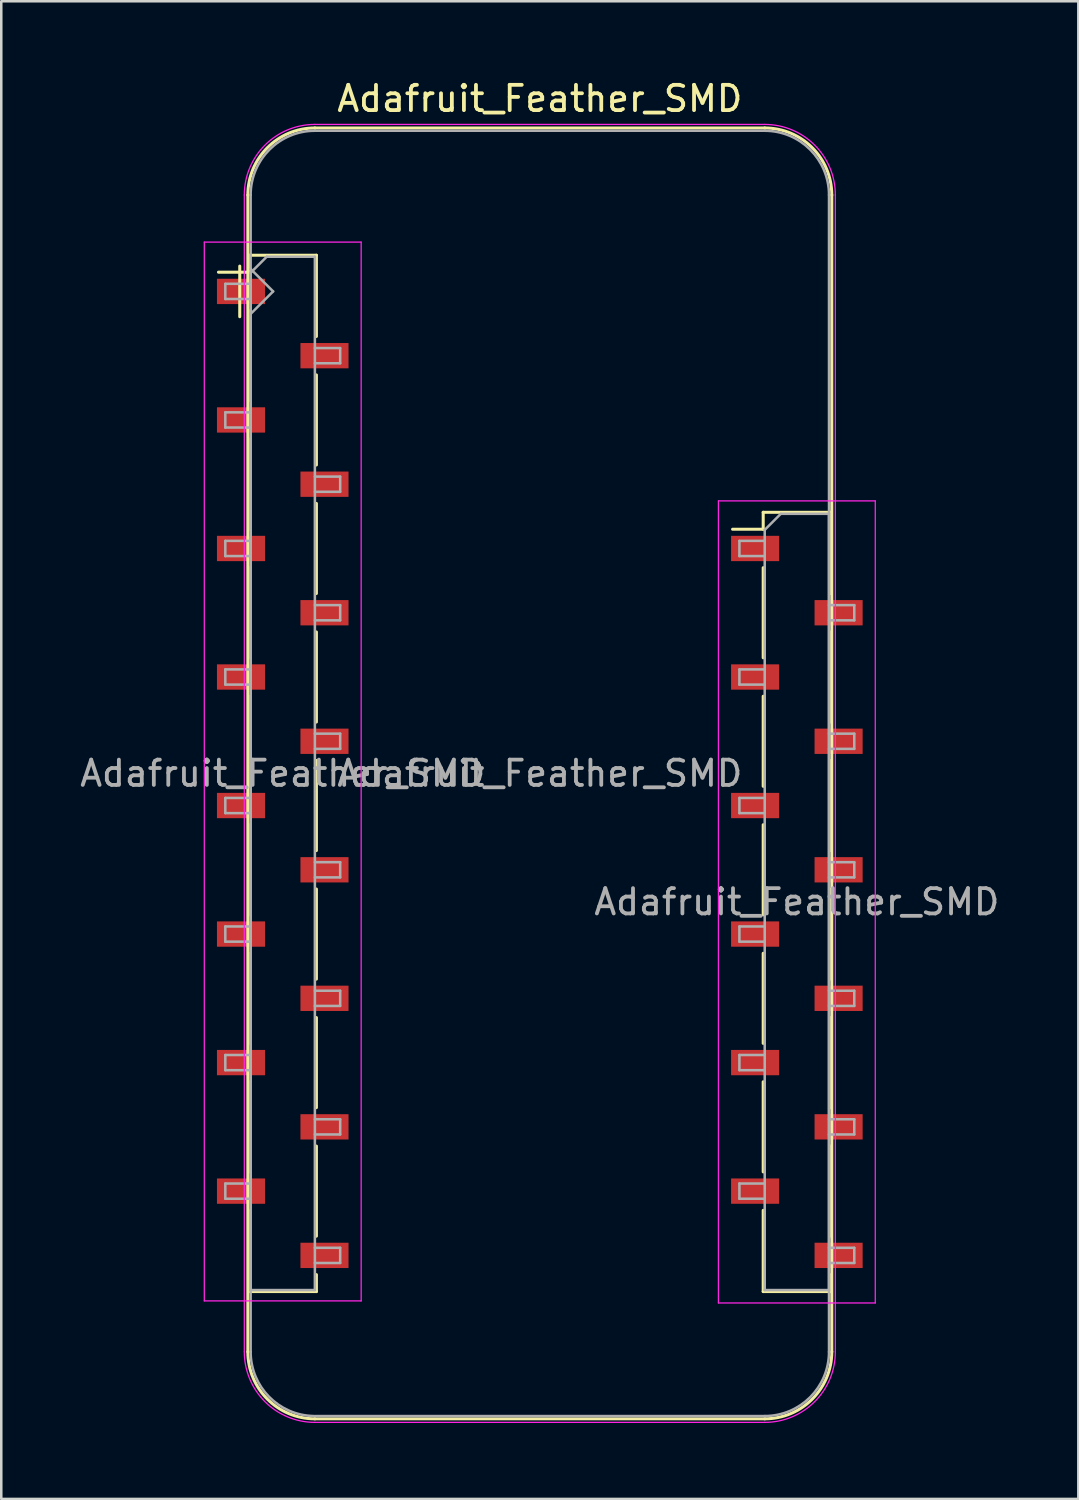
<source format=kicad_pcb>
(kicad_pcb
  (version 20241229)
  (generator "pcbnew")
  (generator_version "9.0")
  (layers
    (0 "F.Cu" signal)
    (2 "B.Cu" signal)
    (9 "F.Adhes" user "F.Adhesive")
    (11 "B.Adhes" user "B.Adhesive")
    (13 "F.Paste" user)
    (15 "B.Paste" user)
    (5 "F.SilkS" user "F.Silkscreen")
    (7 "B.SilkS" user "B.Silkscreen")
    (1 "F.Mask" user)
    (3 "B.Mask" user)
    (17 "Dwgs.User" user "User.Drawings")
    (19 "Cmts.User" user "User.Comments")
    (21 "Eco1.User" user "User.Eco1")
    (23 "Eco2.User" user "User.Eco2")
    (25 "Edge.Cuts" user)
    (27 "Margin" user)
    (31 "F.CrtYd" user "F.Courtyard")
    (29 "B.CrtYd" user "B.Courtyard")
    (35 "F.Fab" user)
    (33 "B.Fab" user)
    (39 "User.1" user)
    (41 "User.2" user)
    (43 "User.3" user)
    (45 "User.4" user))
  (footprint "Adafruit_Feather_SMD"
    (layer "F.Cu")
    (at 8.126 8.468)
    (property "Reference" "Adafruit_Feather_SMD" (at 10.16 -7.62 0) (layer "F.SilkS") (effects (font (size 1 1) (thickness 0.15))))
    (attr smd)
    (fp_line (start -2.541 -0.76) (end -1.331 -0.76) (stroke (width 0.12) (type solid)) (layer "F.SilkS"))
    (fp_line (start -1.7 1) (end -1.7 -1) (stroke (width 0.12) (type solid)) (layer "F.SilkS"))
    (fp_line (start -1.38 -3.81) (end -1.38 41.91) (stroke (width 0.12) (type solid)) (layer "F.SilkS"))
    (fp_line (start -1.331 -1.43) (end -1.331 -0.76) (stroke (width 0.12) (type solid)) (layer "F.SilkS"))
    (fp_line (start -1.331 -1.43) (end 1.329 -1.43) (stroke (width 0.12) (type solid)) (layer "F.SilkS"))
    (fp_line (start -1.331 0.76) (end -1.331 4.32) (stroke (width 0.12) (type solid)) (layer "F.SilkS"))
    (fp_line (start -1.331 5.84) (end -1.331 9.4) (stroke (width 0.12) (type solid)) (layer "F.SilkS"))
    (fp_line (start -1.331 10.92) (end -1.331 14.48) (stroke (width 0.12) (type solid)) (layer "F.SilkS"))
    (fp_line (start -1.331 16) (end -1.331 19.56) (stroke (width 0.12) (type solid)) (layer "F.SilkS"))
    (fp_line (start -1.331 21.08) (end -1.331 24.64) (stroke (width 0.12) (type solid)) (layer "F.SilkS"))
    (fp_line (start -1.331 26.16) (end -1.331 29.72) (stroke (width 0.12) (type solid)) (layer "F.SilkS"))
    (fp_line (start -1.331 31.24) (end -1.331 34.8) (stroke (width 0.12) (type solid)) (layer "F.SilkS"))
    (fp_line (start -1.331 36.32) (end -1.331 39.53) (stroke (width 0.12) (type solid)) (layer "F.SilkS"))
    (fp_line (start -1.331 39.53) (end 1.329 39.53) (stroke (width 0.12) (type solid)) (layer "F.SilkS"))
    (fp_line (start 1.329 -1.43) (end 1.329 1.78) (stroke (width 0.12) (type solid)) (layer "F.SilkS"))
    (fp_line (start 1.329 3.3) (end 1.329 6.86) (stroke (width 0.12) (type solid)) (layer "F.SilkS"))
    (fp_line (start 1.329 8.38) (end 1.329 11.94) (stroke (width 0.12) (type solid)) (layer "F.SilkS"))
    (fp_line (start 1.329 13.46) (end 1.329 17.02) (stroke (width 0.12) (type solid)) (layer "F.SilkS"))
    (fp_line (start 1.329 18.54) (end 1.329 22.1) (stroke (width 0.12) (type solid)) (layer "F.SilkS"))
    (fp_line (start 1.329 23.62) (end 1.329 27.18) (stroke (width 0.12) (type solid)) (layer "F.SilkS"))
    (fp_line (start 1.329 28.7) (end 1.329 32.26) (stroke (width 0.12) (type solid)) (layer "F.SilkS"))
    (fp_line (start 1.329 33.78) (end 1.329 37.34) (stroke (width 0.12) (type solid)) (layer "F.SilkS"))
    (fp_line (start 1.329 38.86) (end 1.329 39.53) (stroke (width 0.12) (type solid)) (layer "F.SilkS"))
    (fp_line (start 17.779 9.4) (end 18.989 9.4) (stroke (width 0.12) (type solid)) (layer "F.SilkS"))
    (fp_line (start 18.989 8.73) (end 18.989 9.4) (stroke (width 0.12) (type solid)) (layer "F.SilkS"))
    (fp_line (start 18.989 8.73) (end 21.649 8.73) (stroke (width 0.12) (type solid)) (layer "F.SilkS"))
    (fp_line (start 18.989 10.92) (end 18.989 14.48) (stroke (width 0.12) (type solid)) (layer "F.SilkS"))
    (fp_line (start 18.989 16) (end 18.989 19.56) (stroke (width 0.12) (type solid)) (layer "F.SilkS"))
    (fp_line (start 18.989 21.08) (end 18.989 24.64) (stroke (width 0.12) (type solid)) (layer "F.SilkS"))
    (fp_line (start 18.989 26.16) (end 18.989 29.72) (stroke (width 0.12) (type solid)) (layer "F.SilkS"))
    (fp_line (start 18.989 31.24) (end 18.989 34.8) (stroke (width 0.12) (type solid)) (layer "F.SilkS"))
    (fp_line (start 18.989 36.32) (end 18.989 39.53) (stroke (width 0.12) (type solid)) (layer "F.SilkS"))
    (fp_line (start 18.989 39.53) (end 21.649 39.53) (stroke (width 0.12) (type solid)) (layer "F.SilkS"))
    (fp_line (start 19.05 -6.46) (end 1.27 -6.46) (stroke (width 0.12) (type solid)) (layer "F.SilkS"))
    (fp_line (start 19.05 44.56) (end 1.27 44.56) (stroke (width 0.12) (type solid)) (layer "F.SilkS"))
    (fp_line (start 21.649 8.73) (end 21.649 11.94) (stroke (width 0.12) (type solid)) (layer "F.SilkS"))
    (fp_line (start 21.649 13.46) (end 21.649 17.02) (stroke (width 0.12) (type solid)) (layer "F.SilkS"))
    (fp_line (start 21.649 18.54) (end 21.649 22.1) (stroke (width 0.12) (type solid)) (layer "F.SilkS"))
    (fp_line (start 21.649 23.62) (end 21.649 27.18) (stroke (width 0.12) (type solid)) (layer "F.SilkS"))
    (fp_line (start 21.649 28.7) (end 21.649 32.26) (stroke (width 0.12) (type solid)) (layer "F.SilkS"))
    (fp_line (start 21.649 33.78) (end 21.649 37.34) (stroke (width 0.12) (type solid)) (layer "F.SilkS"))
    (fp_line (start 21.649 38.86) (end 21.649 39.53) (stroke (width 0.12) (type solid)) (layer "F.SilkS"))
    (fp_line (start 21.7 -3.81) (end 21.7 41.91) (stroke (width 0.12) (type solid)) (layer "F.SilkS"))
    (fp_arc (start -1.38 -3.81) (mid -0.603833 -5.683833) (end 1.27 -6.46) (stroke (width 0.12) (type solid)) (layer "F.SilkS"))
    (fp_arc (start 1.27 44.56) (mid -0.603833 43.783833) (end -1.38 41.91) (stroke (width 0.12) (type solid)) (layer "F.SilkS"))
    (fp_arc (start 19.05 -6.46) (mid 20.923833 -5.683833) (end 21.7 -3.81) (stroke (width 0.12) (type solid)) (layer "F.SilkS"))
    (fp_arc (start 21.7 41.91) (mid 20.923833 43.783833) (end 19.05 44.56) (stroke (width 0.12) (type solid)) (layer "F.SilkS"))
    (fp_line (start -3.101 -1.95) (end 3.099 -1.95) (stroke (width 0.05) (type solid)) (layer "F.CrtYd"))
    (fp_line (start -3.101 39.9) (end -3.101 -1.95) (stroke (width 0.05) (type solid)) (layer "F.CrtYd"))
    (fp_line (start -1.52 41.91) (end -1.52 -3.81) (stroke (width 0.05) (type solid)) (layer "F.CrtYd"))
    (fp_line (start 3.099 -1.95) (end 3.099 39.9) (stroke (width 0.05) (type solid)) (layer "F.CrtYd"))
    (fp_line (start 3.099 39.9) (end -3.101 39.9) (stroke (width 0.05) (type solid)) (layer "F.CrtYd"))
    (fp_line (start 17.219 8.28) (end 23.419 8.28) (stroke (width 0.05) (type solid)) (layer "F.CrtYd"))
    (fp_line (start 17.219 39.98) (end 17.219 8.28) (stroke (width 0.05) (type solid)) (layer "F.CrtYd"))
    (fp_line (start 19.05 -6.6) (end 1.27 -6.6) (stroke (width 0.05) (type solid)) (layer "F.CrtYd"))
    (fp_line (start 19.05 44.7) (end 1.27 44.7) (stroke (width 0.05) (type solid)) (layer "F.CrtYd"))
    (fp_line (start 21.84 41.91) (end 21.84 -3.81) (stroke (width 0.05) (type solid)) (layer "F.CrtYd"))
    (fp_line (start 23.419 8.28) (end 23.419 39.98) (stroke (width 0.05) (type solid)) (layer "F.CrtYd"))
    (fp_line (start 23.419 39.98) (end 17.219 39.98) (stroke (width 0.05) (type solid)) (layer "F.CrtYd"))
    (fp_arc (start -1.52 -3.81) (mid -0.702828 -5.782828) (end 1.27 -6.6) (stroke (width 0.05) (type solid)) (layer "F.CrtYd"))
    (fp_arc (start 1.27 44.7) (mid -0.702828 43.882828) (end -1.52 41.91) (stroke (width 0.05) (type solid)) (layer "F.CrtYd"))
    (fp_arc (start 19.05 -6.6) (mid 21.022828 -5.782828) (end 21.84 -3.81) (stroke (width 0.05) (type solid)) (layer "F.CrtYd"))
    (fp_arc (start 21.84 41.91) (mid 21.022828 43.882828) (end 19.05 44.7) (stroke (width 0.05) (type solid)) (layer "F.CrtYd"))
    (fp_line (start -2.271 -0.3) (end -1.271 -0.3) (stroke (width 0.1) (type solid)) (layer "F.Fab"))
    (fp_line (start -2.271 0.3) (end -2.271 -0.3) (stroke (width 0.1) (type solid)) (layer "F.Fab"))
    (fp_line (start -2.271 4.78) (end -1.271 4.78) (stroke (width 0.1) (type solid)) (layer "F.Fab"))
    (fp_line (start -2.271 5.38) (end -2.271 4.78) (stroke (width 0.1) (type solid)) (layer "F.Fab"))
    (fp_line (start -2.271 9.86) (end -1.271 9.86) (stroke (width 0.1) (type solid)) (layer "F.Fab"))
    (fp_line (start -2.271 10.46) (end -2.271 9.86) (stroke (width 0.1) (type solid)) (layer "F.Fab"))
    (fp_line (start -2.271 14.94) (end -1.271 14.94) (stroke (width 0.1) (type solid)) (layer "F.Fab"))
    (fp_line (start -2.271 15.54) (end -2.271 14.94) (stroke (width 0.1) (type solid)) (layer "F.Fab"))
    (fp_line (start -2.271 20.02) (end -1.271 20.02) (stroke (width 0.1) (type solid)) (layer "F.Fab"))
    (fp_line (start -2.271 20.62) (end -2.271 20.02) (stroke (width 0.1) (type solid)) (layer "F.Fab"))
    (fp_line (start -2.271 25.1) (end -1.271 25.1) (stroke (width 0.1) (type solid)) (layer "F.Fab"))
    (fp_line (start -2.271 25.7) (end -2.271 25.1) (stroke (width 0.1) (type solid)) (layer "F.Fab"))
    (fp_line (start -2.271 30.18) (end -1.271 30.18) (stroke (width 0.1) (type solid)) (layer "F.Fab"))
    (fp_line (start -2.271 30.78) (end -2.271 30.18) (stroke (width 0.1) (type solid)) (layer "F.Fab"))
    (fp_line (start -2.271 35.26) (end -1.271 35.26) (stroke (width 0.1) (type solid)) (layer "F.Fab"))
    (fp_line (start -2.271 35.86) (end -2.271 35.26) (stroke (width 0.1) (type solid)) (layer "F.Fab"))
    (fp_line (start -1.271 -0.735) (end -0.636 -1.37) (stroke (width 0.1) (type solid)) (layer "F.Fab"))
    (fp_line (start -1.271 0.3) (end -2.271 0.3) (stroke (width 0.1) (type solid)) (layer "F.Fab"))
    (fp_line (start -1.271 5.38) (end -2.271 5.38) (stroke (width 0.1) (type solid)) (layer "F.Fab"))
    (fp_line (start -1.271 10.46) (end -2.271 10.46) (stroke (width 0.1) (type solid)) (layer "F.Fab"))
    (fp_line (start -1.271 15.54) (end -2.271 15.54) (stroke (width 0.1) (type solid)) (layer "F.Fab"))
    (fp_line (start -1.271 20.62) (end -2.271 20.62) (stroke (width 0.1) (type solid)) (layer "F.Fab"))
    (fp_line (start -1.271 25.7) (end -2.271 25.7) (stroke (width 0.1) (type solid)) (layer "F.Fab"))
    (fp_line (start -1.271 30.78) (end -2.271 30.78) (stroke (width 0.1) (type solid)) (layer "F.Fab"))
    (fp_line (start -1.271 35.86) (end -2.271 35.86) (stroke (width 0.1) (type solid)) (layer "F.Fab"))
    (fp_line (start -1.271 39.47) (end -1.271 -0.735) (stroke (width 0.1) (type solid)) (layer "F.Fab"))
    (fp_line (start -1.27 -3.81) (end -1.27 41.91) (stroke (width 0.1) (type solid)) (layer "F.Fab"))
    (fp_line (start -1.27 -0.889) (end -0.381 0) (stroke (width 0.1) (type solid)) (layer "F.Fab"))
    (fp_line (start -0.636 -1.37) (end 1.269 -1.37) (stroke (width 0.1) (type solid)) (layer "F.Fab"))
    (fp_line (start -0.381 0) (end -1.27 0.889) (stroke (width 0.1) (type solid)) (layer "F.Fab"))
    (fp_line (start 1.269 -1.37) (end 1.269 39.47) (stroke (width 0.1) (type solid)) (layer "F.Fab"))
    (fp_line (start 1.269 2.24) (end 2.269 2.24) (stroke (width 0.1) (type solid)) (layer "F.Fab"))
    (fp_line (start 1.269 7.32) (end 2.269 7.32) (stroke (width 0.1) (type solid)) (layer "F.Fab"))
    (fp_line (start 1.269 12.4) (end 2.269 12.4) (stroke (width 0.1) (type solid)) (layer "F.Fab"))
    (fp_line (start 1.269 17.48) (end 2.269 17.48) (stroke (width 0.1) (type solid)) (layer "F.Fab"))
    (fp_line (start 1.269 22.56) (end 2.269 22.56) (stroke (width 0.1) (type solid)) (layer "F.Fab"))
    (fp_line (start 1.269 27.64) (end 2.269 27.64) (stroke (width 0.1) (type solid)) (layer "F.Fab"))
    (fp_line (start 1.269 32.72) (end 2.269 32.72) (stroke (width 0.1) (type solid)) (layer "F.Fab"))
    (fp_line (start 1.269 37.8) (end 2.269 37.8) (stroke (width 0.1) (type solid)) (layer "F.Fab"))
    (fp_line (start 1.269 39.47) (end -1.271 39.47) (stroke (width 0.1) (type solid)) (layer "F.Fab"))
    (fp_line (start 1.27 44.45) (end 19.05 44.45) (stroke (width 0.1) (type solid)) (layer "F.Fab"))
    (fp_line (start 2.269 2.24) (end 2.269 2.84) (stroke (width 0.1) (type solid)) (layer "F.Fab"))
    (fp_line (start 2.269 2.84) (end 1.269 2.84) (stroke (width 0.1) (type solid)) (layer "F.Fab"))
    (fp_line (start 2.269 7.32) (end 2.269 7.92) (stroke (width 0.1) (type solid)) (layer "F.Fab"))
    (fp_line (start 2.269 7.92) (end 1.269 7.92) (stroke (width 0.1) (type solid)) (layer "F.Fab"))
    (fp_line (start 2.269 12.4) (end 2.269 13) (stroke (width 0.1) (type solid)) (layer "F.Fab"))
    (fp_line (start 2.269 13) (end 1.269 13) (stroke (width 0.1) (type solid)) (layer "F.Fab"))
    (fp_line (start 2.269 17.48) (end 2.269 18.08) (stroke (width 0.1) (type solid)) (layer "F.Fab"))
    (fp_line (start 2.269 18.08) (end 1.269 18.08) (stroke (width 0.1) (type solid)) (layer "F.Fab"))
    (fp_line (start 2.269 22.56) (end 2.269 23.16) (stroke (width 0.1) (type solid)) (layer "F.Fab"))
    (fp_line (start 2.269 23.16) (end 1.269 23.16) (stroke (width 0.1) (type solid)) (layer "F.Fab"))
    (fp_line (start 2.269 27.64) (end 2.269 28.24) (stroke (width 0.1) (type solid)) (layer "F.Fab"))
    (fp_line (start 2.269 28.24) (end 1.269 28.24) (stroke (width 0.1) (type solid)) (layer "F.Fab"))
    (fp_line (start 2.269 32.72) (end 2.269 33.32) (stroke (width 0.1) (type solid)) (layer "F.Fab"))
    (fp_line (start 2.269 33.32) (end 1.269 33.32) (stroke (width 0.1) (type solid)) (layer "F.Fab"))
    (fp_line (start 2.269 37.8) (end 2.269 38.4) (stroke (width 0.1) (type solid)) (layer "F.Fab"))
    (fp_line (start 2.269 38.4) (end 1.269 38.4) (stroke (width 0.1) (type solid)) (layer "F.Fab"))
    (fp_line (start 18.049 9.86) (end 19.049 9.86) (stroke (width 0.1) (type solid)) (layer "F.Fab"))
    (fp_line (start 18.049 10.46) (end 18.049 9.86) (stroke (width 0.1) (type solid)) (layer "F.Fab"))
    (fp_line (start 18.049 14.94) (end 19.049 14.94) (stroke (width 0.1) (type solid)) (layer "F.Fab"))
    (fp_line (start 18.049 15.54) (end 18.049 14.94) (stroke (width 0.1) (type solid)) (layer "F.Fab"))
    (fp_line (start 18.049 20.02) (end 19.049 20.02) (stroke (width 0.1) (type solid)) (layer "F.Fab"))
    (fp_line (start 18.049 20.62) (end 18.049 20.02) (stroke (width 0.1) (type solid)) (layer "F.Fab"))
    (fp_line (start 18.049 25.1) (end 19.049 25.1) (stroke (width 0.1) (type solid)) (layer "F.Fab"))
    (fp_line (start 18.049 25.7) (end 18.049 25.1) (stroke (width 0.1) (type solid)) (layer "F.Fab"))
    (fp_line (start 18.049 30.18) (end 19.049 30.18) (stroke (width 0.1) (type solid)) (layer "F.Fab"))
    (fp_line (start 18.049 30.78) (end 18.049 30.18) (stroke (width 0.1) (type solid)) (layer "F.Fab"))
    (fp_line (start 18.049 35.26) (end 19.049 35.26) (stroke (width 0.1) (type solid)) (layer "F.Fab"))
    (fp_line (start 18.049 35.86) (end 18.049 35.26) (stroke (width 0.1) (type solid)) (layer "F.Fab"))
    (fp_line (start 19.049 9.425) (end 19.684 8.79) (stroke (width 0.1) (type solid)) (layer "F.Fab"))
    (fp_line (start 19.049 10.46) (end 18.049 10.46) (stroke (width 0.1) (type solid)) (layer "F.Fab"))
    (fp_line (start 19.049 15.54) (end 18.049 15.54) (stroke (width 0.1) (type solid)) (layer "F.Fab"))
    (fp_line (start 19.049 20.62) (end 18.049 20.62) (stroke (width 0.1) (type solid)) (layer "F.Fab"))
    (fp_line (start 19.049 25.7) (end 18.049 25.7) (stroke (width 0.1) (type solid)) (layer "F.Fab"))
    (fp_line (start 19.049 30.78) (end 18.049 30.78) (stroke (width 0.1) (type solid)) (layer "F.Fab"))
    (fp_line (start 19.049 35.86) (end 18.049 35.86) (stroke (width 0.1) (type solid)) (layer "F.Fab"))
    (fp_line (start 19.049 39.47) (end 19.049 9.425) (stroke (width 0.1) (type solid)) (layer "F.Fab"))
    (fp_line (start 19.05 -6.35) (end 1.27 -6.35) (stroke (width 0.1) (type solid)) (layer "F.Fab"))
    (fp_line (start 19.684 8.79) (end 21.589 8.79) (stroke (width 0.1) (type solid)) (layer "F.Fab"))
    (fp_line (start 21.589 8.79) (end 21.589 39.47) (stroke (width 0.1) (type solid)) (layer "F.Fab"))
    (fp_line (start 21.589 12.4) (end 22.589 12.4) (stroke (width 0.1) (type solid)) (layer "F.Fab"))
    (fp_line (start 21.589 17.48) (end 22.589 17.48) (stroke (width 0.1) (type solid)) (layer "F.Fab"))
    (fp_line (start 21.589 22.56) (end 22.589 22.56) (stroke (width 0.1) (type solid)) (layer "F.Fab"))
    (fp_line (start 21.589 27.64) (end 22.589 27.64) (stroke (width 0.1) (type solid)) (layer "F.Fab"))
    (fp_line (start 21.589 32.72) (end 22.589 32.72) (stroke (width 0.1) (type solid)) (layer "F.Fab"))
    (fp_line (start 21.589 37.8) (end 22.589 37.8) (stroke (width 0.1) (type solid)) (layer "F.Fab"))
    (fp_line (start 21.589 39.47) (end 19.049 39.47) (stroke (width 0.1) (type solid)) (layer "F.Fab"))
    (fp_line (start 21.59 41.91) (end 21.59 -3.81) (stroke (width 0.1) (type solid)) (layer "F.Fab"))
    (fp_line (start 22.589 12.4) (end 22.589 13) (stroke (width 0.1) (type solid)) (layer "F.Fab"))
    (fp_line (start 22.589 13) (end 21.589 13) (stroke (width 0.1) (type solid)) (layer "F.Fab"))
    (fp_line (start 22.589 17.48) (end 22.589 18.08) (stroke (width 0.1) (type solid)) (layer "F.Fab"))
    (fp_line (start 22.589 18.08) (end 21.589 18.08) (stroke (width 0.1) (type solid)) (layer "F.Fab"))
    (fp_line (start 22.589 22.56) (end 22.589 23.16) (stroke (width 0.1) (type solid)) (layer "F.Fab"))
    (fp_line (start 22.589 23.16) (end 21.589 23.16) (stroke (width 0.1) (type solid)) (layer "F.Fab"))
    (fp_line (start 22.589 27.64) (end 22.589 28.24) (stroke (width 0.1) (type solid)) (layer "F.Fab"))
    (fp_line (start 22.589 28.24) (end 21.589 28.24) (stroke (width 0.1) (type solid)) (layer "F.Fab"))
    (fp_line (start 22.589 32.72) (end 22.589 33.32) (stroke (width 0.1) (type solid)) (layer "F.Fab"))
    (fp_line (start 22.589 33.32) (end 21.589 33.32) (stroke (width 0.1) (type solid)) (layer "F.Fab"))
    (fp_line (start 22.589 37.8) (end 22.589 38.4) (stroke (width 0.1) (type solid)) (layer "F.Fab"))
    (fp_line (start 22.589 38.4) (end 21.589 38.4) (stroke (width 0.1) (type solid)) (layer "F.Fab"))
    (fp_arc (start -1.27 -3.81) (mid -0.526051 -5.606051) (end 1.27 -6.35) (stroke (width 0.1) (type solid)) (layer "F.Fab"))
    (fp_arc (start 1.221238 44.449532) (mid -0.543209 43.688728) (end -1.27 41.91) (stroke (width 0.1) (type solid)) (layer "F.Fab"))
    (fp_arc (start 19.05 -6.35) (mid 20.846051 -5.606051) (end 21.59 -3.81) (stroke (width 0.1) (type solid)) (layer "F.Fab"))
    (fp_arc (start 21.59 41.91) (mid 20.846051 43.706051) (end 19.05 44.45) (stroke (width 0.1) (type solid)) (layer "F.Fab"))
    (fp_text user "${REFERENCE}" (at -0.001 19.05 0) (layer "F.Fab") (effects (font (size 1 1) (thickness 0.15))))
    (fp_text user "${REFERENCE}" (at 20.319 24.13 0) (layer "F.Fab") (effects (font (size 1 1) (thickness 0.15))))
    (fp_text user "${REFERENCE}" (at 10.16 19.05 180) (layer "F.Fab") (effects (font (size 1 1) (thickness 0.15))))
    (pad "1" smd rect (at -1.651 0) (size 1.9 1) (layers "F.Cu" "F.Mask" "F.Paste"))
    (pad "2" smd rect (at 1.649 2.54) (size 1.9 1) (layers "F.Cu" "F.Mask" "F.Paste"))
    (pad "3" smd rect (at -1.651 5.08) (size 1.9 1) (layers "F.Cu" "F.Mask" "F.Paste"))
    (pad "4" smd rect (at 1.649 7.62) (size 1.9 1) (layers "F.Cu" "F.Mask" "F.Paste"))
    (pad "5" smd rect (at -1.651 10.16) (size 1.9 1) (layers "F.Cu" "F.Mask" "F.Paste"))
    (pad "6" smd rect (at 1.649 12.7) (size 1.9 1) (layers "F.Cu" "F.Mask" "F.Paste"))
    (pad "7" smd rect (at -1.651 15.24) (size 1.9 1) (layers "F.Cu" "F.Mask" "F.Paste"))
    (pad "8" smd rect (at 1.649 17.78) (size 1.9 1) (layers "F.Cu" "F.Mask" "F.Paste"))
    (pad "9" smd rect (at -1.651 20.32) (size 1.9 1) (layers "F.Cu" "F.Mask" "F.Paste"))
    (pad "10" smd rect (at 1.649 22.86) (size 1.9 1) (layers "F.Cu" "F.Mask" "F.Paste"))
    (pad "11" smd rect (at -1.651 25.4) (size 1.9 1) (layers "F.Cu" "F.Mask" "F.Paste"))
    (pad "12" smd rect (at 1.649 27.94) (size 1.9 1) (layers "F.Cu" "F.Mask" "F.Paste"))
    (pad "13" smd rect (at -1.651 30.48) (size 1.9 1) (layers "F.Cu" "F.Mask" "F.Paste"))
    (pad "14" smd rect (at 1.649 33.02) (size 1.9 1) (layers "F.Cu" "F.Mask" "F.Paste"))
    (pad "15" smd rect (at -1.651 35.56) (size 1.9 1) (layers "F.Cu" "F.Mask" "F.Paste"))
    (pad "16" smd rect (at 1.649 38.1) (size 1.9 1) (layers "F.Cu" "F.Mask" "F.Paste"))
    (pad "17" smd rect (at 21.969 38.1) (size 1.9 1) (layers "F.Cu" "F.Mask" "F.Paste"))
    (pad "18" smd rect (at 18.669 35.56) (size 1.9 1) (layers "F.Cu" "F.Mask" "F.Paste"))
    (pad "19" smd rect (at 21.969 33.02) (size 1.9 1) (layers "F.Cu" "F.Mask" "F.Paste"))
    (pad "20" smd rect (at 18.669 30.48) (size 1.9 1) (layers "F.Cu" "F.Mask" "F.Paste"))
    (pad "21" smd rect (at 21.969 27.94) (size 1.9 1) (layers "F.Cu" "F.Mask" "F.Paste"))
    (pad "22" smd rect (at 18.669 25.4) (size 1.9 1) (layers "F.Cu" "F.Mask" "F.Paste"))
    (pad "23" smd rect (at 21.969 22.86) (size 1.9 1) (layers "F.Cu" "F.Mask" "F.Paste"))
    (pad "24" smd rect (at 18.669 20.32) (size 1.9 1) (layers "F.Cu" "F.Mask" "F.Paste"))
    (pad "25" smd rect (at 21.969 17.78) (size 1.9 1) (layers "F.Cu" "F.Mask" "F.Paste"))
    (pad "26" smd rect (at 18.669 15.24) (size 1.9 1) (layers "F.Cu" "F.Mask" "F.Paste"))
    (pad "27" smd rect (at 21.969 12.7) (size 1.9 1) (layers "F.Cu" "F.Mask" "F.Paste"))
    (pad "28" smd rect (at 18.669 10.16) (size 1.9 1) (layers "F.Cu" "F.Mask" "F.Paste")))
  (gr_rect
    (start -3 -3)
    (end 39.57 56.193)
    (stroke (width 0.1) (type default))
    (fill no)
    (layer "Edge.Cuts")))
</source>
